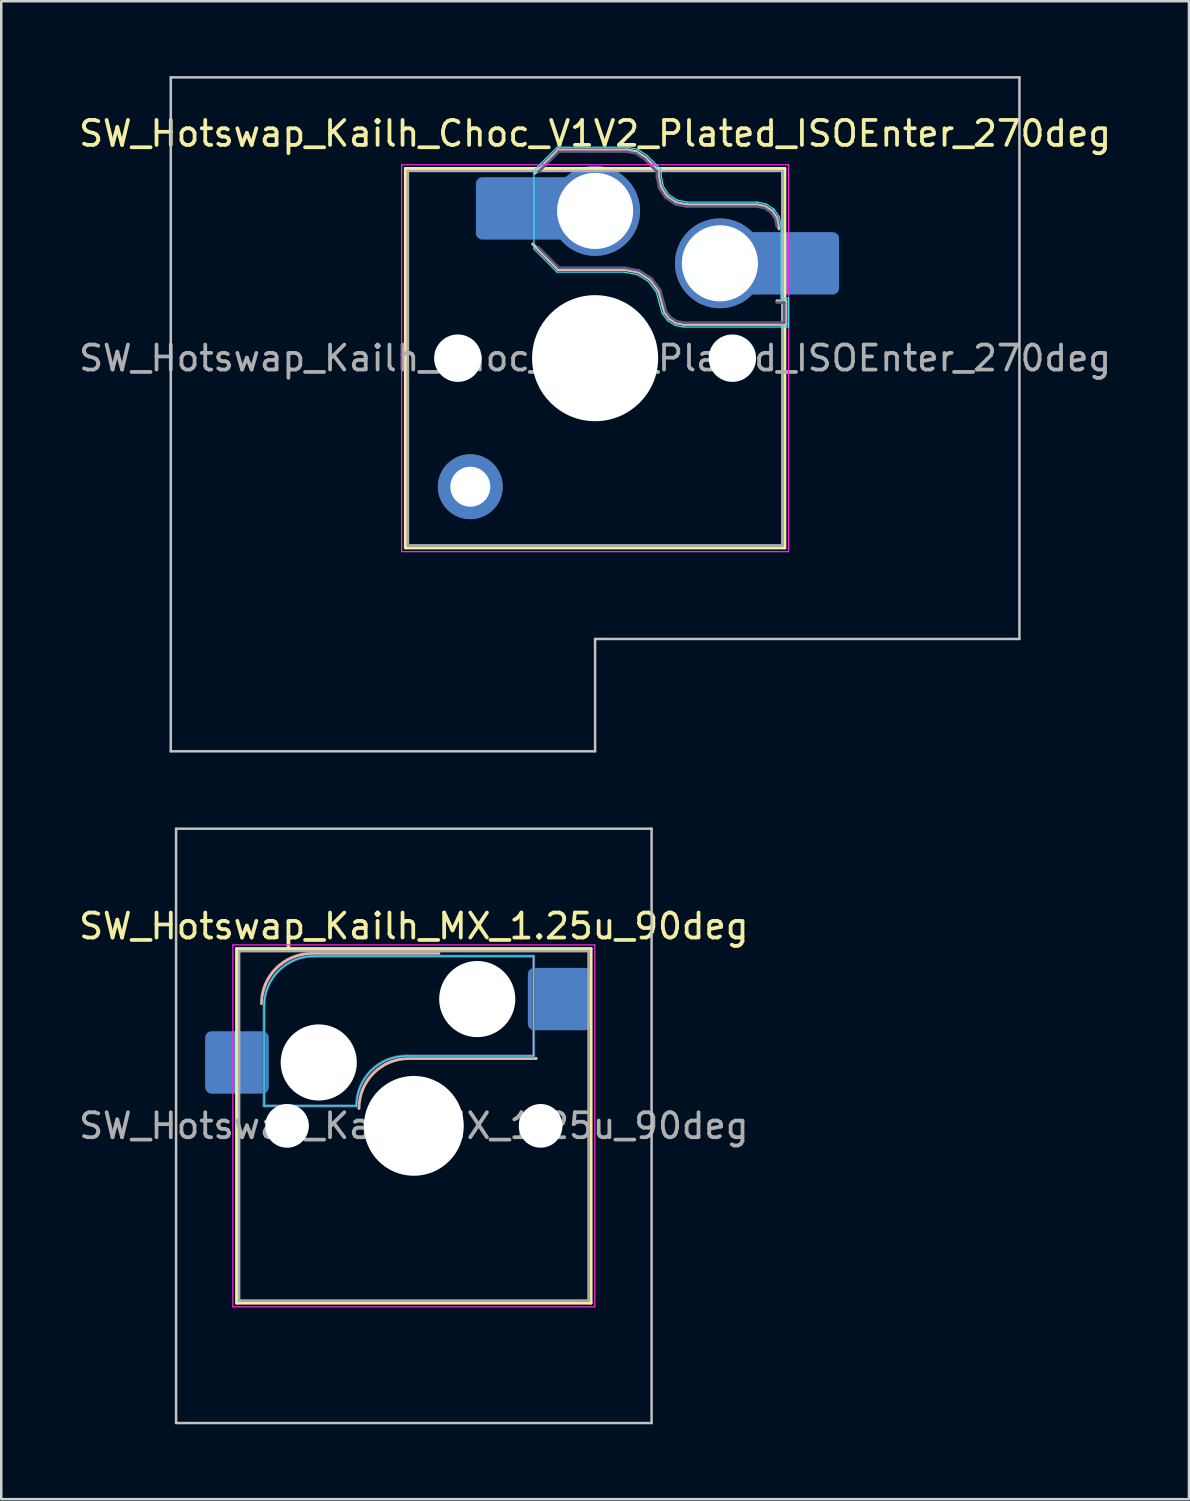
<source format=kicad_pcb>
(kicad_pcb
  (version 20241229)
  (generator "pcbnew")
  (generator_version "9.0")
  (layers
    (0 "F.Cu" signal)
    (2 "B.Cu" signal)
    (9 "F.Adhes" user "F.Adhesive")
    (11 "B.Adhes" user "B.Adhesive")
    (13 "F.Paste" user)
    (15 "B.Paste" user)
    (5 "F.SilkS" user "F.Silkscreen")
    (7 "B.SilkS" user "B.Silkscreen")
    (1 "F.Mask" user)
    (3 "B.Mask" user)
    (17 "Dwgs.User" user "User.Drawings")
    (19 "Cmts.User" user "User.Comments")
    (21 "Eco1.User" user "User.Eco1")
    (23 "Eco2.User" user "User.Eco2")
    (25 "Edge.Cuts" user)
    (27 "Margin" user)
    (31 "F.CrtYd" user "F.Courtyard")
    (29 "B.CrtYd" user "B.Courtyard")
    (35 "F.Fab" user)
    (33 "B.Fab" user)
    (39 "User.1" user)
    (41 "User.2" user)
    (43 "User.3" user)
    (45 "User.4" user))
  (footprint "SW_Hotswap_Kailh_Choc_V1V2_Plated_ISOEnter_270deg"
    (layer "F.Cu")
    (at 20.792 11.3)
    (property "Reference" "SW_Hotswap_Kailh_Choc_V1V2_Plated_ISOEnter_270deg" (at 0 -9 0) (layer "F.SilkS") (effects (font (size 1 1) (thickness 0.15))))
    (attr smd)
    (fp_line (start -7.6 -7.6) (end -7.6 7.6) (stroke (width 0.12) (type solid)) (layer "F.SilkS"))
    (fp_line (start -7.6 7.6) (end 7.6 7.6) (stroke (width 0.12) (type solid)) (layer "F.SilkS"))
    (fp_line (start 7.6 -7.6) (end -7.6 -7.6) (stroke (width 0.12) (type solid)) (layer "F.SilkS"))
    (fp_line (start 7.6 7.6) (end 7.6 -7.6) (stroke (width 0.12) (type solid)) (layer "F.SilkS"))
    (fp_line (start -2.416 -7.409) (end -1.479 -8.346) (stroke (width 0.12) (type solid)) (layer "B.SilkS"))
    (fp_line (start -1.479 -8.346) (end 1.268 -8.346) (stroke (width 0.12) (type solid)) (layer "B.SilkS"))
    (fp_line (start -1.479 -3.554) (end -2.5 -4.575) (stroke (width 0.12) (type solid)) (layer "B.SilkS"))
    (fp_line (start 1.168 -3.554) (end -1.479 -3.554) (stroke (width 0.12) (type solid)) (layer "B.SilkS"))
    (fp_line (start 1.268 -8.346) (end 1.671 -8.266) (stroke (width 0.12) (type solid)) (layer "B.SilkS"))
    (fp_line (start 1.671 -8.266) (end 2.013 -8.037) (stroke (width 0.12) (type solid)) (layer "B.SilkS"))
    (fp_line (start 1.73 -3.449) (end 1.168 -3.554) (stroke (width 0.12) (type solid)) (layer "B.SilkS"))
    (fp_line (start 2.013 -8.037) (end 2.546 -7.504) (stroke (width 0.12) (type solid)) (layer "B.SilkS"))
    (fp_line (start 2.209 -3.15) (end 1.73 -3.449) (stroke (width 0.12) (type solid)) (layer "B.SilkS"))
    (fp_line (start 2.546 -7.504) (end 2.546 -7.282) (stroke (width 0.12) (type solid)) (layer "B.SilkS"))
    (fp_line (start 2.546 -7.282) (end 2.633 -6.844) (stroke (width 0.12) (type solid)) (layer "B.SilkS"))
    (fp_line (start 2.547 -2.697) (end 2.209 -3.15) (stroke (width 0.12) (type solid)) (layer "B.SilkS"))
    (fp_line (start 2.633 -6.844) (end 2.877 -6.477) (stroke (width 0.12) (type solid)) (layer "B.SilkS"))
    (fp_line (start 2.701 -2.139) (end 2.547 -2.697) (stroke (width 0.12) (type solid)) (layer "B.SilkS"))
    (fp_line (start 2.783 -1.841) (end 2.701 -2.139) (stroke (width 0.12) (type solid)) (layer "B.SilkS"))
    (fp_line (start 2.877 -6.477) (end 3.244 -6.233) (stroke (width 0.12) (type solid)) (layer "B.SilkS"))
    (fp_line (start 2.976 -1.583) (end 2.783 -1.841) (stroke (width 0.12) (type solid)) (layer "B.SilkS"))
    (fp_line (start 3.244 -6.233) (end 3.682 -6.146) (stroke (width 0.12) (type solid)) (layer "B.SilkS"))
    (fp_line (start 3.25 -1.413) (end 2.976 -1.583) (stroke (width 0.12) (type solid)) (layer "B.SilkS"))
    (fp_line (start 3.56 -1.354) (end 3.25 -1.413) (stroke (width 0.12) (type solid)) (layer "B.SilkS"))
    (fp_line (start 3.682 -6.146) (end 6.482 -6.146) (stroke (width 0.12) (type solid)) (layer "B.SilkS"))
    (fp_line (start 6.482 -6.146) (end 6.809 -6.081) (stroke (width 0.12) (type solid)) (layer "B.SilkS"))
    (fp_line (start 6.809 -6.081) (end 7.092 -5.892) (stroke (width 0.12) (type solid)) (layer "B.SilkS"))
    (fp_line (start 7.092 -5.892) (end 7.281 -5.609) (stroke (width 0.12) (type solid)) (layer "B.SilkS"))
    (fp_line (start 7.281 -5.609) (end 7.366 -5.182) (stroke (width 0.12) (type solid)) (layer "B.SilkS"))
    (fp_line (start 7.283 -2.296) (end 7.646 -2.296) (stroke (width 0.12) (type solid)) (layer "B.SilkS"))
    (fp_line (start 7.646 -2.296) (end 7.646 -1.354) (stroke (width 0.12) (type solid)) (layer "B.SilkS"))
    (fp_line (start 7.646 -1.354) (end 3.56 -1.354) (stroke (width 0.12) (type solid)) (layer "B.SilkS"))
    (fp_line (start -17 -11.25) (end -17 15.75) (stroke (width 0.1) (type solid)) (layer "Dwgs.User"))
    (fp_line (start -17 15.75) (end 0 15.75) (stroke (width 0.1) (type solid)) (layer "Dwgs.User"))
    (fp_line (start 0 11.25) (end 17 11.25) (stroke (width 0.1) (type solid)) (layer "Dwgs.User"))
    (fp_line (start 0 15.75) (end 0 11.25) (stroke (width 0.1) (type solid)) (layer "Dwgs.User"))
    (fp_line (start 17 -11.25) (end -17 -11.25) (stroke (width 0.1) (type solid)) (layer "Dwgs.User"))
    (fp_line (start 17 11.25) (end 17 -11.25) (stroke (width 0.1) (type solid)) (layer "Dwgs.User"))
    (fp_line (start -7.25 -7.25) (end -7.25 7.25) (stroke (width 0.1) (type solid)) (layer "Eco1.User"))
    (fp_line (start -7.25 7.25) (end 7.25 7.25) (stroke (width 0.1) (type solid)) (layer "Eco1.User"))
    (fp_line (start 7.25 -7.25) (end -7.25 -7.25) (stroke (width 0.1) (type solid)) (layer "Eco1.User"))
    (fp_line (start 7.25 7.25) (end 7.25 -7.25) (stroke (width 0.1) (type solid)) (layer "Eco1.User"))
    (fp_line (start -2.452 -7.523) (end -1.523 -8.452) (stroke (width 0.05) (type solid)) (layer "B.CrtYd"))
    (fp_line (start -2.452 -4.377) (end -2.452 -7.523) (stroke (width 0.05) (type solid)) (layer "B.CrtYd"))
    (fp_line (start -1.523 -8.452) (end 1.278 -8.452) (stroke (width 0.05) (type solid)) (layer "B.CrtYd"))
    (fp_line (start -1.523 -3.448) (end -2.452 -4.377) (stroke (width 0.05) (type solid)) (layer "B.CrtYd"))
    (fp_line (start 1.159 -3.448) (end -1.523 -3.448) (stroke (width 0.05) (type solid)) (layer "B.CrtYd"))
    (fp_line (start 1.278 -8.452) (end 1.712 -8.366) (stroke (width 0.05) (type solid)) (layer "B.CrtYd"))
    (fp_line (start 1.691 -3.348) (end 1.159 -3.448) (stroke (width 0.05) (type solid)) (layer "B.CrtYd"))
    (fp_line (start 1.712 -8.366) (end 2.081 -8.119) (stroke (width 0.05) (type solid)) (layer "B.CrtYd"))
    (fp_line (start 2.081 -8.119) (end 2.652 -7.548) (stroke (width 0.05) (type solid)) (layer "B.CrtYd"))
    (fp_line (start 2.136 -3.071) (end 1.691 -3.348) (stroke (width 0.05) (type solid)) (layer "B.CrtYd"))
    (fp_line (start 2.45 -2.65) (end 2.136 -3.071) (stroke (width 0.05) (type solid)) (layer "B.CrtYd"))
    (fp_line (start 2.599 -2.111) (end 2.45 -2.65) (stroke (width 0.05) (type solid)) (layer "B.CrtYd"))
    (fp_line (start 2.652 -7.548) (end 2.652 -7.292) (stroke (width 0.05) (type solid)) (layer "B.CrtYd"))
    (fp_line (start 2.652 -7.292) (end 2.733 -6.885) (stroke (width 0.05) (type solid)) (layer "B.CrtYd"))
    (fp_line (start 2.687 -1.794) (end 2.599 -2.111) (stroke (width 0.05) (type solid)) (layer "B.CrtYd"))
    (fp_line (start 2.733 -6.885) (end 2.953 -6.553) (stroke (width 0.05) (type solid)) (layer "B.CrtYd"))
    (fp_line (start 2.903 -1.503) (end 2.687 -1.794) (stroke (width 0.05) (type solid)) (layer "B.CrtYd"))
    (fp_line (start 2.953 -6.553) (end 3.285 -6.333) (stroke (width 0.05) (type solid)) (layer "B.CrtYd"))
    (fp_line (start 3.211 -1.312) (end 2.903 -1.503) (stroke (width 0.05) (type solid)) (layer "B.CrtYd"))
    (fp_line (start 3.285 -6.333) (end 3.692 -6.252) (stroke (width 0.05) (type solid)) (layer "B.CrtYd"))
    (fp_line (start 3.55 -1.248) (end 3.211 -1.312) (stroke (width 0.05) (type solid)) (layer "B.CrtYd"))
    (fp_line (start 3.692 -6.252) (end 6.492 -6.252) (stroke (width 0.05) (type solid)) (layer "B.CrtYd"))
    (fp_line (start 6.492 -6.252) (end 6.85 -6.181) (stroke (width 0.05) (type solid)) (layer "B.CrtYd"))
    (fp_line (start 6.85 -6.181) (end 7.168 -5.968) (stroke (width 0.05) (type solid)) (layer "B.CrtYd"))
    (fp_line (start 7.168 -5.968) (end 7.381 -5.65) (stroke (width 0.05) (type solid)) (layer "B.CrtYd"))
    (fp_line (start 7.381 -5.65) (end 7.452 -5.292) (stroke (width 0.05) (type solid)) (layer "B.CrtYd"))
    (fp_line (start 7.452 -5.292) (end 7.452 -2.402) (stroke (width 0.05) (type solid)) (layer "B.CrtYd"))
    (fp_line (start 7.452 -2.402) (end 7.752 -2.402) (stroke (width 0.05) (type solid)) (layer "B.CrtYd"))
    (fp_line (start 7.752 -2.402) (end 7.752 -1.248) (stroke (width 0.05) (type solid)) (layer "B.CrtYd"))
    (fp_line (start 7.752 -1.248) (end 3.55 -1.248) (stroke (width 0.05) (type solid)) (layer "B.CrtYd"))
    (fp_line (start -7.75 -7.75) (end -7.75 7.75) (stroke (width 0.05) (type solid)) (layer "F.CrtYd"))
    (fp_line (start -7.75 7.75) (end 7.75 7.75) (stroke (width 0.05) (type solid)) (layer "F.CrtYd"))
    (fp_line (start 7.75 -7.75) (end -7.75 -7.75) (stroke (width 0.05) (type solid)) (layer "F.CrtYd"))
    (fp_line (start 7.75 7.75) (end 7.75 -7.75) (stroke (width 0.05) (type solid)) (layer "F.CrtYd"))
    (fp_line (start -2.275 -7.45) (end -1.45 -8.275) (stroke (width 0.1) (type solid)) (layer "B.Fab"))
    (fp_line (start -1.45 -8.275) (end 1.261 -8.275) (stroke (width 0.1) (type solid)) (layer "B.Fab"))
    (fp_line (start -1.45 -3.625) (end -2.275 -4.45) (stroke (width 0.1) (type solid)) (layer "B.Fab"))
    (fp_line (start 1.175 -3.625) (end -1.45 -3.625) (stroke (width 0.1) (type solid)) (layer "B.Fab"))
    (fp_line (start 1.261 -8.275) (end 1.643 -8.199) (stroke (width 0.1) (type solid)) (layer "B.Fab"))
    (fp_line (start 1.643 -8.199) (end 1.968 -7.982) (stroke (width 0.1) (type solid)) (layer "B.Fab"))
    (fp_line (start 1.756 -3.516) (end 1.175 -3.625) (stroke (width 0.1) (type solid)) (layer "B.Fab"))
    (fp_line (start 1.968 -7.982) (end 2.475 -7.475) (stroke (width 0.1) (type solid)) (layer "B.Fab"))
    (fp_line (start 2.258 -3.203) (end 1.756 -3.516) (stroke (width 0.1) (type solid)) (layer "B.Fab"))
    (fp_line (start 2.475 -7.475) (end 2.475 -7.275) (stroke (width 0.1) (type solid)) (layer "B.Fab"))
    (fp_line (start 2.475 -7.275) (end 2.566 -6.816) (stroke (width 0.1) (type solid)) (layer "B.Fab"))
    (fp_line (start 2.566 -6.816) (end 2.826 -6.426) (stroke (width 0.1) (type solid)) (layer "B.Fab"))
    (fp_line (start 2.612 -2.729) (end 2.258 -3.203) (stroke (width 0.1) (type solid)) (layer "B.Fab"))
    (fp_line (start 2.769 -2.158) (end 2.612 -2.729) (stroke (width 0.1) (type solid)) (layer "B.Fab"))
    (fp_line (start 2.826 -6.426) (end 3.216 -6.166) (stroke (width 0.1) (type solid)) (layer "B.Fab"))
    (fp_line (start 2.848 -1.873) (end 2.769 -2.158) (stroke (width 0.1) (type solid)) (layer "B.Fab"))
    (fp_line (start 3.025 -1.636) (end 2.848 -1.873) (stroke (width 0.1) (type solid)) (layer "B.Fab"))
    (fp_line (start 3.216 -6.166) (end 3.675 -6.075) (stroke (width 0.1) (type solid)) (layer "B.Fab"))
    (fp_line (start 3.276 -1.48) (end 3.025 -1.636) (stroke (width 0.1) (type solid)) (layer "B.Fab"))
    (fp_line (start 3.567 -1.425) (end 3.276 -1.48) (stroke (width 0.1) (type solid)) (layer "B.Fab"))
    (fp_line (start 3.675 -6.075) (end 6.475 -6.075) (stroke (width 0.1) (type solid)) (layer "B.Fab"))
    (fp_line (start 6.475 -6.075) (end 6.781 -6.014) (stroke (width 0.1) (type solid)) (layer "B.Fab"))
    (fp_line (start 6.781 -6.014) (end 7.041 -5.841) (stroke (width 0.1) (type solid)) (layer "B.Fab"))
    (fp_line (start 7.041 -5.841) (end 7.214 -5.581) (stroke (width 0.1) (type solid)) (layer "B.Fab"))
    (fp_line (start 7.214 -5.581) (end 7.275 -5.275) (stroke (width 0.1) (type solid)) (layer "B.Fab"))
    (fp_line (start 7.275 -2.225) (end 7.575 -2.225) (stroke (width 0.1) (type solid)) (layer "B.Fab"))
    (fp_line (start 7.575 -2.225) (end 7.575 -1.425) (stroke (width 0.1) (type solid)) (layer "B.Fab"))
    (fp_line (start 7.575 -1.425) (end 3.567 -1.425) (stroke (width 0.1) (type solid)) (layer "B.Fab"))
    (fp_line (start -7.5 -7.5) (end -7.5 7.5) (stroke (width 0.1) (type solid)) (layer "F.Fab"))
    (fp_line (start -7.5 7.5) (end 7.5 7.5) (stroke (width 0.1) (type solid)) (layer "F.Fab"))
    (fp_line (start 7.5 -7.5) (end -7.5 -7.5) (stroke (width 0.1) (type solid)) (layer "F.Fab"))
    (fp_line (start 7.5 7.5) (end 7.5 -7.5) (stroke (width 0.1) (type solid)) (layer "F.Fab"))
    (fp_text user "${REFERENCE}" (at 0 0 0) (layer "F.Fab") (effects (font (size 1 1) (thickness 0.15))))
    (pad "" np_thru_hole circle (at -5.5 0) (size 1.9 1.9) (drill 1.9) (layers "*.Cu" "*.Mask"))
    (pad "" smd circle (at -5 5.15) (size 1.65 1.65) (layers "F.Mask"))
    (pad "" thru_hole circle (at -5 5.15) (size 2.6 2.6) (drill 1.6) (layers "*.Cu" "B.Mask"))
    (pad "" smd roundrect (at -3.5 -6) (size 2.55 2.5) (layers "B.Mask" "B.Paste") (roundrect_rratio 0.1))
    (pad "" smd circle (at 0 -5.9) (size 3.1 3.1) (layers "F.Mask"))
    (pad "" np_thru_hole circle (at 0 0) (size 5.05 5.05) (drill 5.05) (layers "*.Cu" "*.Mask"))
    (pad "" smd circle (at 5 -3.8) (size 3.1 3.1) (layers "F.Mask"))
    (pad "" np_thru_hole circle (at 5.5 0) (size 1.9 1.9) (drill 1.9) (layers "*.Cu" "*.Mask"))
    (pad "" smd roundrect (at 8.5 -3.8) (size 2.55 2.5) (layers "B.Mask" "B.Paste") (roundrect_rratio 0.1))
    (pad "1" smd roundrect (at -2.85 -6) (size 3.85 2.5) (layers "B.Cu") (roundrect_rratio 0.1))
    (pad "1" thru_hole circle (at 0 -5.9) (size 3.6 3.6) (drill 3.05) (layers "*.Cu" "B.Mask"))
    (pad "2" thru_hole circle (at 5 -3.8) (size 3.6 3.6) (drill 3.05) (layers "*.Cu" "B.Mask"))
    (pad "2" smd roundrect (at 7.85 -3.8) (size 3.85 2.5) (layers "B.Cu") (roundrect_rratio 0.1)))
  (footprint "SW_Hotswap_Kailh_MX_1.25u_90deg"
    (layer "F.Cu")
    (at 13.53 42.056)
    (property "Reference" "SW_Hotswap_Kailh_MX_1.25u_90deg" (at 0 -8 0) (layer "F.SilkS") (effects (font (size 1 1) (thickness 0.15))))
    (attr smd)
    (fp_line (start -7.1 -7.1) (end -7.1 7.1) (stroke (width 0.12) (type solid)) (layer "F.SilkS"))
    (fp_line (start -7.1 7.1) (end 7.1 7.1) (stroke (width 0.12) (type solid)) (layer "F.SilkS"))
    (fp_line (start 7.1 -7.1) (end -7.1 -7.1) (stroke (width 0.12) (type solid)) (layer "F.SilkS"))
    (fp_line (start 7.1 7.1) (end 7.1 -7.1) (stroke (width 0.12) (type solid)) (layer "F.SilkS"))
    (fp_line (start -4.1 -6.9) (end 1 -6.9) (stroke (width 0.12) (type solid)) (layer "B.SilkS"))
    (fp_line (start -0.2 -2.7) (end 4.9 -2.7) (stroke (width 0.12) (type solid)) (layer "B.SilkS"))
    (fp_arc (start -6.1 -4.9) (mid -5.514214 -6.314214) (end -4.1 -6.9) (stroke (width 0.12) (type solid)) (layer "B.SilkS"))
    (fp_arc (start -2.2 -0.7) (mid -1.614214 -2.114214) (end -0.2 -2.7) (stroke (width 0.12) (type solid)) (layer "B.SilkS"))
    (fp_line (start -9.525 -11.906) (end 9.525 -11.906) (stroke (width 0.1) (type solid)) (layer "Dwgs.User"))
    (fp_line (start -9.525 11.906) (end -9.525 -11.906) (stroke (width 0.1) (type solid)) (layer "Dwgs.User"))
    (fp_line (start 9.525 -11.906) (end 9.525 11.906) (stroke (width 0.1) (type solid)) (layer "Dwgs.User"))
    (fp_line (start 9.525 11.906) (end -9.525 11.906) (stroke (width 0.1) (type solid)) (layer "Dwgs.User"))
    (fp_line (start -7.8 -6) (end -7 -6) (stroke (width 0.1) (type solid)) (layer "Eco1.User"))
    (fp_line (start -7.8 -2.9) (end -7.8 -6) (stroke (width 0.1) (type solid)) (layer "Eco1.User"))
    (fp_line (start -7.8 2.9) (end -7 2.9) (stroke (width 0.1) (type solid)) (layer "Eco1.User"))
    (fp_line (start -7.8 6) (end -7.8 2.9) (stroke (width 0.1) (type solid)) (layer "Eco1.User"))
    (fp_line (start -7 -7) (end 7 -7) (stroke (width 0.1) (type solid)) (layer "Eco1.User"))
    (fp_line (start -7 -6) (end -7 -7) (stroke (width 0.1) (type solid)) (layer "Eco1.User"))
    (fp_line (start -7 -2.9) (end -7.8 -2.9) (stroke (width 0.1) (type solid)) (layer "Eco1.User"))
    (fp_line (start -7 2.9) (end -7 -2.9) (stroke (width 0.1) (type solid)) (layer "Eco1.User"))
    (fp_line (start -7 6) (end -7.8 6) (stroke (width 0.1) (type solid)) (layer "Eco1.User"))
    (fp_line (start -7 7) (end -7 6) (stroke (width 0.1) (type solid)) (layer "Eco1.User"))
    (fp_line (start 7 -7) (end 7 -6) (stroke (width 0.1) (type solid)) (layer "Eco1.User"))
    (fp_line (start 7 -6) (end 7.8 -6) (stroke (width 0.1) (type solid)) (layer "Eco1.User"))
    (fp_line (start 7 -2.9) (end 7 2.9) (stroke (width 0.1) (type solid)) (layer "Eco1.User"))
    (fp_line (start 7 2.9) (end 7.8 2.9) (stroke (width 0.1) (type solid)) (layer "Eco1.User"))
    (fp_line (start 7 6) (end 7 7) (stroke (width 0.1) (type solid)) (layer "Eco1.User"))
    (fp_line (start 7 7) (end -7 7) (stroke (width 0.1) (type solid)) (layer "Eco1.User"))
    (fp_line (start 7.8 -6) (end 7.8 -2.9) (stroke (width 0.1) (type solid)) (layer "Eco1.User"))
    (fp_line (start 7.8 -2.9) (end 7 -2.9) (stroke (width 0.1) (type solid)) (layer "Eco1.User"))
    (fp_line (start 7.8 2.9) (end 7.8 6) (stroke (width 0.1) (type solid)) (layer "Eco1.User"))
    (fp_line (start 7.8 6) (end 7 6) (stroke (width 0.1) (type solid)) (layer "Eco1.User"))
    (fp_line (start -6 -0.8) (end -6 -4.8) (stroke (width 0.05) (type solid)) (layer "B.CrtYd"))
    (fp_line (start -6 -0.8) (end -2.3 -0.8) (stroke (width 0.05) (type solid)) (layer "B.CrtYd"))
    (fp_line (start -4 -6.8) (end 4.8 -6.8) (stroke (width 0.05) (type solid)) (layer "B.CrtYd"))
    (fp_line (start -0.3 -2.8) (end 4.8 -2.8) (stroke (width 0.05) (type solid)) (layer "B.CrtYd"))
    (fp_line (start 4.8 -6.8) (end 4.8 -2.8) (stroke (width 0.05) (type solid)) (layer "B.CrtYd"))
    (fp_arc (start -6 -4.8) (mid -5.414214 -6.214214) (end -4 -6.8) (stroke (width 0.05) (type solid)) (layer "B.CrtYd"))
    (fp_arc (start -2.3 -0.8) (mid -1.714214 -2.214214) (end -0.3 -2.8) (stroke (width 0.05) (type solid)) (layer "B.CrtYd"))
    (fp_line (start -7.25 -7.25) (end -7.25 7.25) (stroke (width 0.05) (type solid)) (layer "F.CrtYd"))
    (fp_line (start -7.25 7.25) (end 7.25 7.25) (stroke (width 0.05) (type solid)) (layer "F.CrtYd"))
    (fp_line (start 7.25 -7.25) (end -7.25 -7.25) (stroke (width 0.05) (type solid)) (layer "F.CrtYd"))
    (fp_line (start 7.25 7.25) (end 7.25 -7.25) (stroke (width 0.05) (type solid)) (layer "F.CrtYd"))
    (fp_line (start -6 -0.8) (end -6 -4.8) (stroke (width 0.12) (type solid)) (layer "B.Fab"))
    (fp_line (start -6 -0.8) (end -2.3 -0.8) (stroke (width 0.12) (type solid)) (layer "B.Fab"))
    (fp_line (start -4 -6.8) (end 4.8 -6.8) (stroke (width 0.12) (type solid)) (layer "B.Fab"))
    (fp_line (start -0.3 -2.8) (end 4.8 -2.8) (stroke (width 0.12) (type solid)) (layer "B.Fab"))
    (fp_line (start 4.8 -6.8) (end 4.8 -2.8) (stroke (width 0.12) (type solid)) (layer "B.Fab"))
    (fp_arc (start -6 -4.8) (mid -5.414214 -6.214214) (end -4 -6.8) (stroke (width 0.12) (type solid)) (layer "B.Fab"))
    (fp_arc (start -2.3 -0.8) (mid -1.714214 -2.214214) (end -0.3 -2.8) (stroke (width 0.12) (type solid)) (layer "B.Fab"))
    (fp_line (start -7 -7) (end -7 7) (stroke (width 0.1) (type solid)) (layer "F.Fab"))
    (fp_line (start -7 7) (end 7 7) (stroke (width 0.1) (type solid)) (layer "F.Fab"))
    (fp_line (start 7 -7) (end -7 -7) (stroke (width 0.1) (type solid)) (layer "F.Fab"))
    (fp_line (start 7 7) (end 7 -7) (stroke (width 0.1) (type solid)) (layer "F.Fab"))
    (fp_text user "${REFERENCE}" (at 0 0 0) (layer "F.Fab") (effects (font (size 1 1) (thickness 0.15))))
    (pad "" np_thru_hole circle (at -5.08 0) (size 1.75 1.75) (drill 1.75) (layers "*.Cu" "*.Mask"))
    (pad "" np_thru_hole circle (at -3.81 -2.54) (size 3.05 3.05) (drill 3.05) (layers "*.Cu" "*.Mask"))
    (pad "" np_thru_hole circle (at 0 0) (size 4 4) (drill 4) (layers "*.Cu" "*.Mask"))
    (pad "" np_thru_hole circle (at 2.54 -5.08) (size 3.05 3.05) (drill 3.05) (layers "*.Cu" "*.Mask"))
    (pad "" np_thru_hole circle (at 5.08 0) (size 1.75 1.75) (drill 1.75) (layers "*.Cu" "*.Mask"))
    (pad "1" smd roundrect (at -7.085 -2.54) (size 2.55 2.5) (layers "B.Cu" "B.Mask" "B.Paste") (roundrect_rratio 0.1))
    (pad "2" smd roundrect (at 5.842 -5.08) (size 2.55 2.5) (layers "B.Cu" "B.Mask" "B.Paste") (roundrect_rratio 0.1)))
  (gr_rect
    (start -3 -3)
    (end 44.583 57.013)
    (stroke (width 0.1) (type default))
    (fill no)
    (layer "Edge.Cuts")))
</source>
